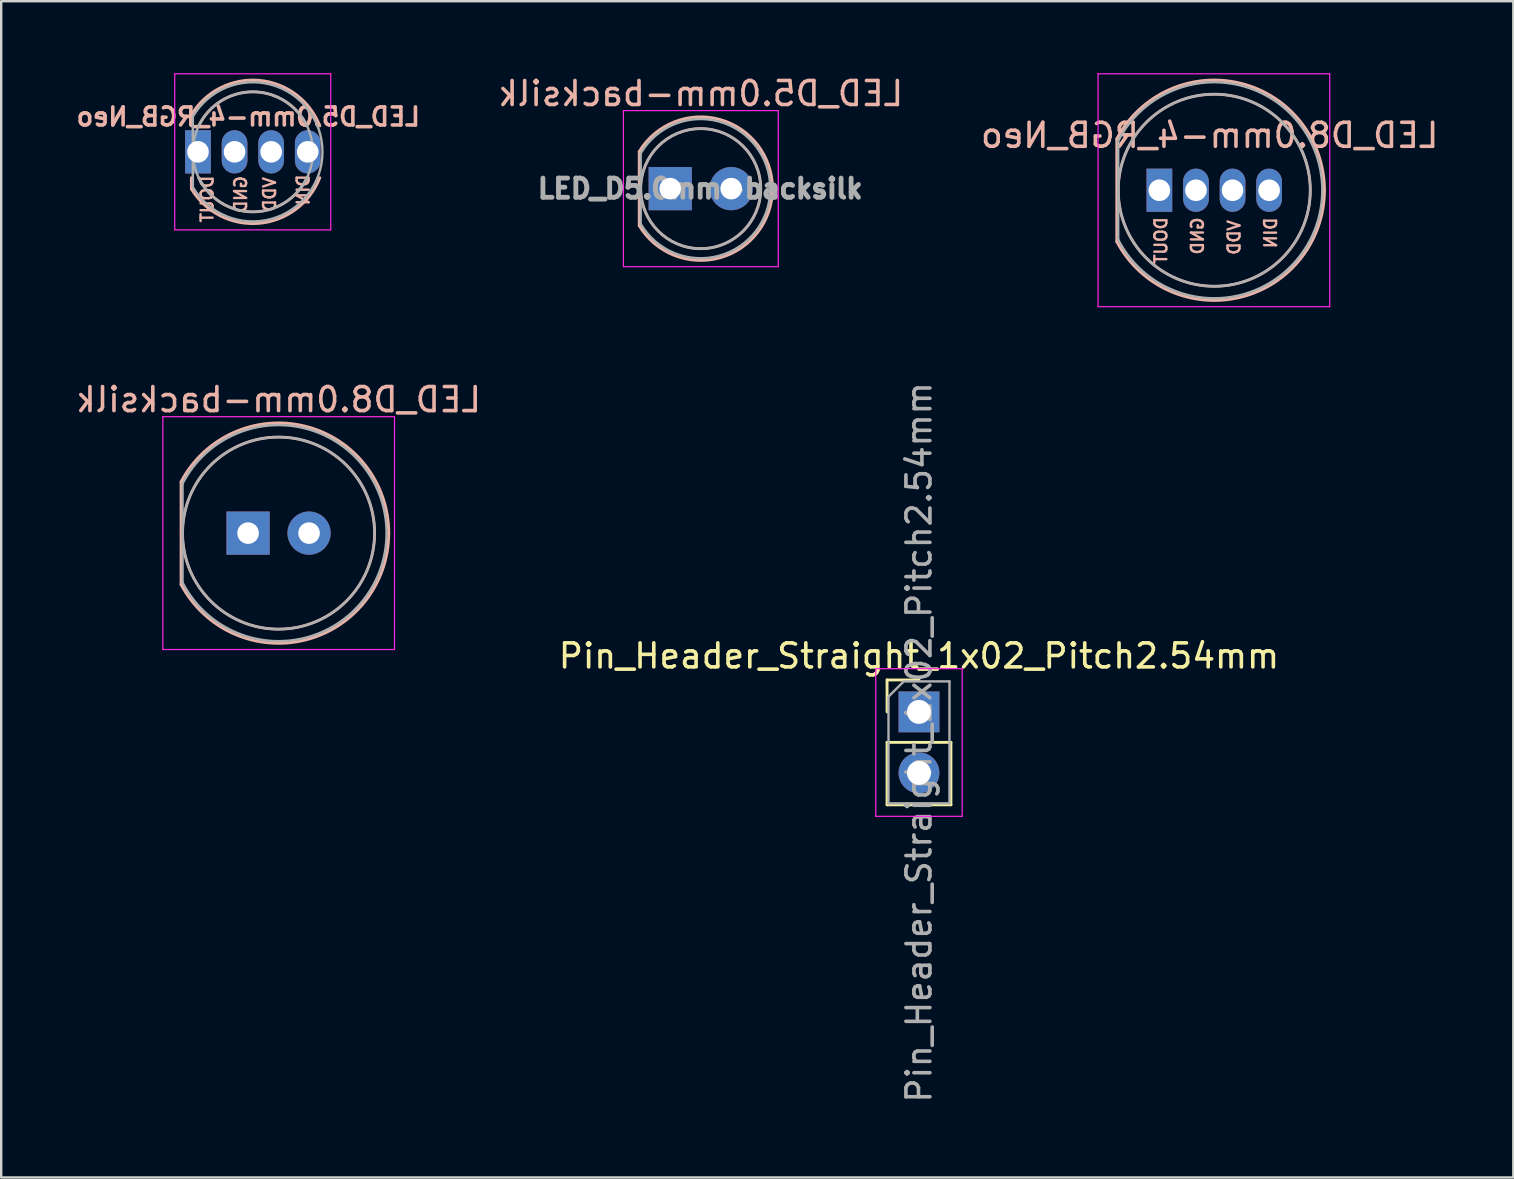
<source format=kicad_pcb>
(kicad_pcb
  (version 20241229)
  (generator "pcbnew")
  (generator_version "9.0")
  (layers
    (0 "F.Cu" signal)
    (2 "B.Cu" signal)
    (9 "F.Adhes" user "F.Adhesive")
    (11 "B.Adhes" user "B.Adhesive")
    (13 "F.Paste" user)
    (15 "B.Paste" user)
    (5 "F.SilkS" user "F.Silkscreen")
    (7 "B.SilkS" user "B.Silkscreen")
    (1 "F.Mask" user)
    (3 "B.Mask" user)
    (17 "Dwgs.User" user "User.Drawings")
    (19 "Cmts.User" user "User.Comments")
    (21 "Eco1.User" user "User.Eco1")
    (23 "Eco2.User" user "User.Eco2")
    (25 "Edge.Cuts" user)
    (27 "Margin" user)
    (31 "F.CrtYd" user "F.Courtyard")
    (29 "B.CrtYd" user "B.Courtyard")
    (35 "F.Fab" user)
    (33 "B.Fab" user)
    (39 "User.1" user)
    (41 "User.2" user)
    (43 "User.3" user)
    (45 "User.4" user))
  (footprint "Pin_Header_Straight_1x02_Pitch2.54mm"
    (layer "F.Cu")
    (at 35.232 26.605)
    (property "Reference" "Pin_Header_Straight_1x02_Pitch2.54mm" (at 0 -2.33 0) (layer "F.SilkS") (effects (font (size 1 1) (thickness 0.15))))
    (attr through_hole)
    (fp_line (start -1.33 -1.33) (end 0 -1.33) (stroke (width 0.12) (type solid)) (layer "F.SilkS"))
    (fp_line (start -1.33 0) (end -1.33 -1.33) (stroke (width 0.12) (type solid)) (layer "F.SilkS"))
    (fp_line (start -1.33 1.27) (end -1.33 3.87) (stroke (width 0.12) (type solid)) (layer "F.SilkS"))
    (fp_line (start -1.33 1.27) (end 1.33 1.27) (stroke (width 0.12) (type solid)) (layer "F.SilkS"))
    (fp_line (start -1.33 3.87) (end 1.33 3.87) (stroke (width 0.12) (type solid)) (layer "F.SilkS"))
    (fp_line (start 1.33 1.27) (end 1.33 3.87) (stroke (width 0.12) (type solid)) (layer "F.SilkS"))
    (fp_line (start -1.8 -1.8) (end -1.8 4.35) (stroke (width 0.05) (type solid)) (layer "F.CrtYd"))
    (fp_line (start -1.8 4.35) (end 1.8 4.35) (stroke (width 0.05) (type solid)) (layer "F.CrtYd"))
    (fp_line (start 1.8 -1.8) (end -1.8 -1.8) (stroke (width 0.05) (type solid)) (layer "F.CrtYd"))
    (fp_line (start 1.8 4.35) (end 1.8 -1.8) (stroke (width 0.05) (type solid)) (layer "F.CrtYd"))
    (fp_line (start -1.27 -0.635) (end -0.635 -1.27) (stroke (width 0.1) (type solid)) (layer "F.Fab"))
    (fp_line (start -1.27 3.81) (end -1.27 -0.635) (stroke (width 0.1) (type solid)) (layer "F.Fab"))
    (fp_line (start -0.635 -1.27) (end 1.27 -1.27) (stroke (width 0.1) (type solid)) (layer "F.Fab"))
    (fp_line (start 1.27 -1.27) (end 1.27 3.81) (stroke (width 0.1) (type solid)) (layer "F.Fab"))
    (fp_line (start 1.27 3.81) (end -1.27 3.81) (stroke (width 0.1) (type solid)) (layer "F.Fab"))
    (fp_text user "${REFERENCE}" (at 0 1.27 90) (layer "F.Fab") (effects (font (size 1 1) (thickness 0.15))))
    (pad "1" thru_hole rect (at 0 0) (size 1.7 1.7) (drill 1) (layers "*.Cu" "*.Mask"))
    (pad "2" thru_hole oval (at 0 2.54) (size 1.7 1.7) (drill 1) (layers "*.Cu" "*.Mask")))
  (footprint "LED_D5.0mm-backsilk"
    (layer "F.Cu")
    (at 24.869 4.808)
    (property "Reference" "LED_D5.0mm-backsilk" (at 1.27 -3.96 0) (layer "B.SilkS") (effects (font (size 1 1) (thickness 0.15)) (justify mirror)))
    (attr through_hole)
    (fp_line (start -1.29 -1.545) (end -1.29 1.545) (stroke (width 0.12) (type solid)) (layer "B.SilkS"))
    (fp_arc (start -1.29 -1.54483) (mid 2.072002 -2.880433) (end 4.26 0.000462) (stroke (width 0.12) (type solid)) (layer "B.SilkS"))
    (fp_arc (start 4.26 -0.000462) (mid 2.072002 2.880433) (end -1.29 1.54483) (stroke (width 0.12) (type solid)) (layer "B.SilkS"))
    (fp_circle (center 1.27 0) (end 3.77 0) (stroke (width 0.12) (type solid)) (fill no) (layer "B.SilkS"))
    (fp_line (start -1.95 -3.25) (end -1.95 3.25) (stroke (width 0.05) (type solid)) (layer "F.CrtYd"))
    (fp_line (start -1.95 3.25) (end 4.5 3.25) (stroke (width 0.05) (type solid)) (layer "F.CrtYd"))
    (fp_line (start 4.5 -3.25) (end -1.95 -3.25) (stroke (width 0.05) (type solid)) (layer "F.CrtYd"))
    (fp_line (start 4.5 3.25) (end 4.5 -3.25) (stroke (width 0.05) (type solid)) (layer "F.CrtYd"))
    (fp_line (start -1.23 -1.47) (end -1.23 1.47) (stroke (width 0.1) (type solid)) (layer "F.Fab"))
    (fp_arc (start -1.23 -1.469694) (mid 4.17 0.000016) (end -1.230016 1.469666) (stroke (width 0.1) (type solid)) (layer "F.Fab"))
    (fp_circle (center 1.27 0) (end 3.77 0) (stroke (width 0.1) (type solid)) (fill no) (layer "F.Fab"))
    (fp_text user "${REFERENCE}" (at 1.25 0 0) (layer "F.Fab") (effects (font (size 0.8 0.8) (thickness 0.2))))
    (pad "1" thru_hole rect (at 0 0) (size 1.8 1.8) (drill 0.9) (layers "*.Cu" "*.Mask"))
    (pad "2" thru_hole circle (at 2.54 0) (size 1.8 1.8) (drill 0.9) (layers "*.Cu" "*.Mask")))
  (footprint "LED_D8.0mm-4_RGB_Neo"
    (layer "F.Cu")
    (at 44.992 4.875)
    (property "Reference" "LED_D8.0mm-4_RGB_Neo" (at 2.349 -2.286 0) (layer "B.SilkS") (effects (font (size 1 1) (thickness 0.15)) (justify mirror)))
    (attr through_hole)
    (fp_line (start -1.52 -2.142) (end -1.52 2.142) (stroke (width 0.12) (type solid)) (layer "B.SilkS"))
    (fp_arc (start -1.52 -2.141145) (mid 3.643119 -4.455472) (end 7.13 0.000486) (stroke (width 0.12) (type solid)) (layer "B.SilkS"))
    (fp_arc (start 7.13 -0.000486) (mid 3.643119 4.455472) (end -1.52 2.141145) (stroke (width 0.12) (type solid)) (layer "B.SilkS"))
    (fp_circle (center 2.54 0) (end 6.54 0) (stroke (width 0.12) (type solid)) (fill no) (layer "B.SilkS"))
    (fp_line (start -2.3 -4.85) (end -2.3 4.85) (stroke (width 0.05) (type solid)) (layer "F.CrtYd"))
    (fp_line (start -2.3 4.85) (end 7.35 4.85) (stroke (width 0.05) (type solid)) (layer "F.CrtYd"))
    (fp_line (start 7.35 -4.85) (end -2.3 -4.85) (stroke (width 0.05) (type solid)) (layer "F.CrtYd"))
    (fp_line (start 7.35 4.85) (end 7.35 -4.85) (stroke (width 0.05) (type solid)) (layer "F.CrtYd"))
    (fp_line (start -1.46 -2.062) (end -1.46 2.062) (stroke (width 0.1) (type solid)) (layer "F.Fab"))
    (fp_arc (start -1.46 -2.061553) (mid 7.04 0.00126) (end -1.461154 2.059312) (stroke (width 0.1) (type solid)) (layer "F.Fab"))
    (fp_circle (center 2.54 0) (end 6.54 0) (stroke (width 0.1) (type solid)) (fill no) (layer "F.Fab"))
    (fp_text user "VDD" (at 3.365 1.968 90) (layer "B.SilkS") (effects (font (size 0.5 0.5) (thickness 0.1)) (justify mirror)))
    (fp_text user "DOUT" (at 0.318 2.095 90) (layer "B.SilkS") (effects (font (size 0.5 0.5) (thickness 0.1)) (justify mirror)))
    (fp_text user "GND" (at 1.841 1.905 90) (layer "B.SilkS") (effects (font (size 0.5 0.5) (thickness 0.1)) (justify mirror)))
    (fp_text user "DIN" (at 4.889 1.778 90) (layer "B.SilkS") (effects (font (size 0.5 0.5) (thickness 0.1)) (justify mirror)))
    (pad "1" thru_hole rect (at 0.254 0) (size 1.07 1.8) (drill 0.9) (layers "*.Cu" "*.Mask"))
    (pad "2" thru_hole oval (at 1.778 0) (size 1.07 1.8) (drill 0.9) (layers "*.Cu" "*.Mask"))
    (pad "3" thru_hole oval (at 3.302 0) (size 1.07 1.8) (drill 0.9) (layers "*.Cu" "*.Mask"))
    (pad "4" thru_hole oval (at 4.826 0) (size 1.07 1.8) (drill 0.9) (layers "*.Cu" "*.Mask")))
  (footprint "LED_D8.0mm-backsilk"
    (layer "F.Cu")
    (at 7.284 19.158)
    (property "Reference" "LED_D8.0mm-backsilk" (at 1.27 -5.56 0) (layer "B.SilkS") (effects (font (size 1 1) (thickness 0.15)) (justify mirror)))
    (attr through_hole)
    (fp_line (start -2.79 -2.142) (end -2.79 2.142) (stroke (width 0.12) (type solid)) (layer "B.SilkS"))
    (fp_arc (start -2.79 -2.141145) (mid 2.373119 -4.455472) (end 5.86 0.000486) (stroke (width 0.12) (type solid)) (layer "B.SilkS"))
    (fp_arc (start 5.86 -0.000486) (mid 2.373119 4.455472) (end -2.79 2.141145) (stroke (width 0.12) (type solid)) (layer "B.SilkS"))
    (fp_circle (center 1.27 0) (end 5.27 0) (stroke (width 0.12) (type solid)) (fill no) (layer "B.SilkS"))
    (fp_line (start -3.55 -4.85) (end -3.55 4.85) (stroke (width 0.05) (type solid)) (layer "F.CrtYd"))
    (fp_line (start -3.55 4.85) (end 6.1 4.85) (stroke (width 0.05) (type solid)) (layer "F.CrtYd"))
    (fp_line (start 6.1 -4.85) (end -3.55 -4.85) (stroke (width 0.05) (type solid)) (layer "F.CrtYd"))
    (fp_line (start 6.1 4.85) (end 6.1 -4.85) (stroke (width 0.05) (type solid)) (layer "F.CrtYd"))
    (fp_line (start -2.73 -2.062) (end -2.73 2.062) (stroke (width 0.1) (type solid)) (layer "F.Fab"))
    (fp_arc (start -2.73 -2.061553) (mid 5.77 0.00126) (end -2.731154 2.059312) (stroke (width 0.1) (type solid)) (layer "F.Fab"))
    (fp_circle (center 1.27 0) (end 5.27 0) (stroke (width 0.1) (type solid)) (fill no) (layer "F.Fab"))
    (pad "1" thru_hole rect (at 0 0) (size 1.8 1.8) (drill 0.9) (layers "*.Cu" "*.Mask"))
    (pad "2" thru_hole circle (at 2.54 0) (size 1.8 1.8) (drill 0.9) (layers "*.Cu" "*.Mask")))
  (footprint "LED_D5.0mm-4_RGB_Neo"
    (layer "F.Cu")
    (at 5.578 3.275)
    (property "Reference" "LED_D5.0mm-4_RGB_Neo" (at 1.714 -1.46 0) (layer "B.SilkS") (effects (font (size 0.75 0.75) (thickness 0.15)) (justify mirror)))
    (attr through_hole)
    (fp_line (start -0.655 -1.545) (end -0.655 -1.08) (stroke (width 0.12) (type solid)) (layer "B.SilkS"))
    (fp_line (start -0.655 1.08) (end -0.655 1.545) (stroke (width 0.12) (type solid)) (layer "B.SilkS"))
    (fp_arc (start -0.655 -1.54483) (mid 2.163456 -2.978809) (end 4.692815 -1.080827) (stroke (width 0.12) (type solid)) (layer "B.SilkS"))
    (fp_arc (start -0.349684 -1.08) (mid 1.904762 -2.5) (end 4.159479 -1.080429) (stroke (width 0.12) (type solid)) (layer "B.SilkS"))
    (fp_arc (start 4.159479 1.080429) (mid 1.904762 2.5) (end -0.349684 1.08) (stroke (width 0.12) (type solid)) (layer "B.SilkS"))
    (fp_arc (start 4.692815 1.080827) (mid 2.163456 2.978808) (end -0.655 1.54483) (stroke (width 0.12) (type solid)) (layer "B.SilkS"))
    (fp_line (start -1.35 -3.25) (end -1.35 3.25) (stroke (width 0.05) (type solid)) (layer "F.CrtYd"))
    (fp_line (start -1.35 3.25) (end 5.15 3.25) (stroke (width 0.05) (type solid)) (layer "F.CrtYd"))
    (fp_line (start 5.15 -3.25) (end -1.35 -3.25) (stroke (width 0.05) (type solid)) (layer "F.CrtYd"))
    (fp_line (start 5.15 3.25) (end 5.15 -3.25) (stroke (width 0.05) (type solid)) (layer "F.CrtYd"))
    (fp_line (start -0.595 -1.47) (end -0.595 1.47) (stroke (width 0.1) (type solid)) (layer "F.Fab"))
    (fp_arc (start -0.595 -1.469694) (mid 4.805 0.000016) (end -0.595016 1.469666) (stroke (width 0.1) (type solid)) (layer "F.Fab"))
    (fp_circle (center 1.905 0) (end 4.405 0) (stroke (width 0.1) (type solid)) (fill no) (layer "F.Fab"))
    (fp_text user "VDD" (at 2.603 1.778 90) (layer "B.SilkS") (effects (font (size 0.5 0.5) (thickness 0.1)) (justify mirror)))
    (fp_text user "GND" (at 1.397 1.778 90) (layer "B.SilkS") (effects (font (size 0.5 0.5) (thickness 0.1)) (justify mirror)))
    (fp_text user "DIN" (at 4 1.587 90) (layer "B.SilkS") (effects (font (size 0.5 0.5) (thickness 0.1)) (justify mirror)))
    (fp_text user "DOUT" (at 0 1.968 90) (layer "B.SilkS") (effects (font (size 0.5 0.5) (thickness 0.1)) (justify mirror)))
    (pad "1" thru_hole rect (at -0.381 0) (size 1.07 1.8) (drill 0.9) (layers "*.Cu" "*.Mask"))
    (pad "2" thru_hole oval (at 1.143 0) (size 1.07 1.8) (drill 0.9) (layers "*.Cu" "*.Mask"))
    (pad "3" thru_hole oval (at 2.667 0) (size 1.07 1.8) (drill 0.9) (layers "*.Cu" "*.Mask"))
    (pad "4" thru_hole oval (at 4.191 0) (size 1.07 1.8) (drill 0.9) (layers "*.Cu" "*.Mask")))
  (gr_rect
    (start -3 -3)
    (end 59.99 46)
    (stroke (width 0.1) (type default))
    (fill no)
    (layer "Edge.Cuts")))
</source>
